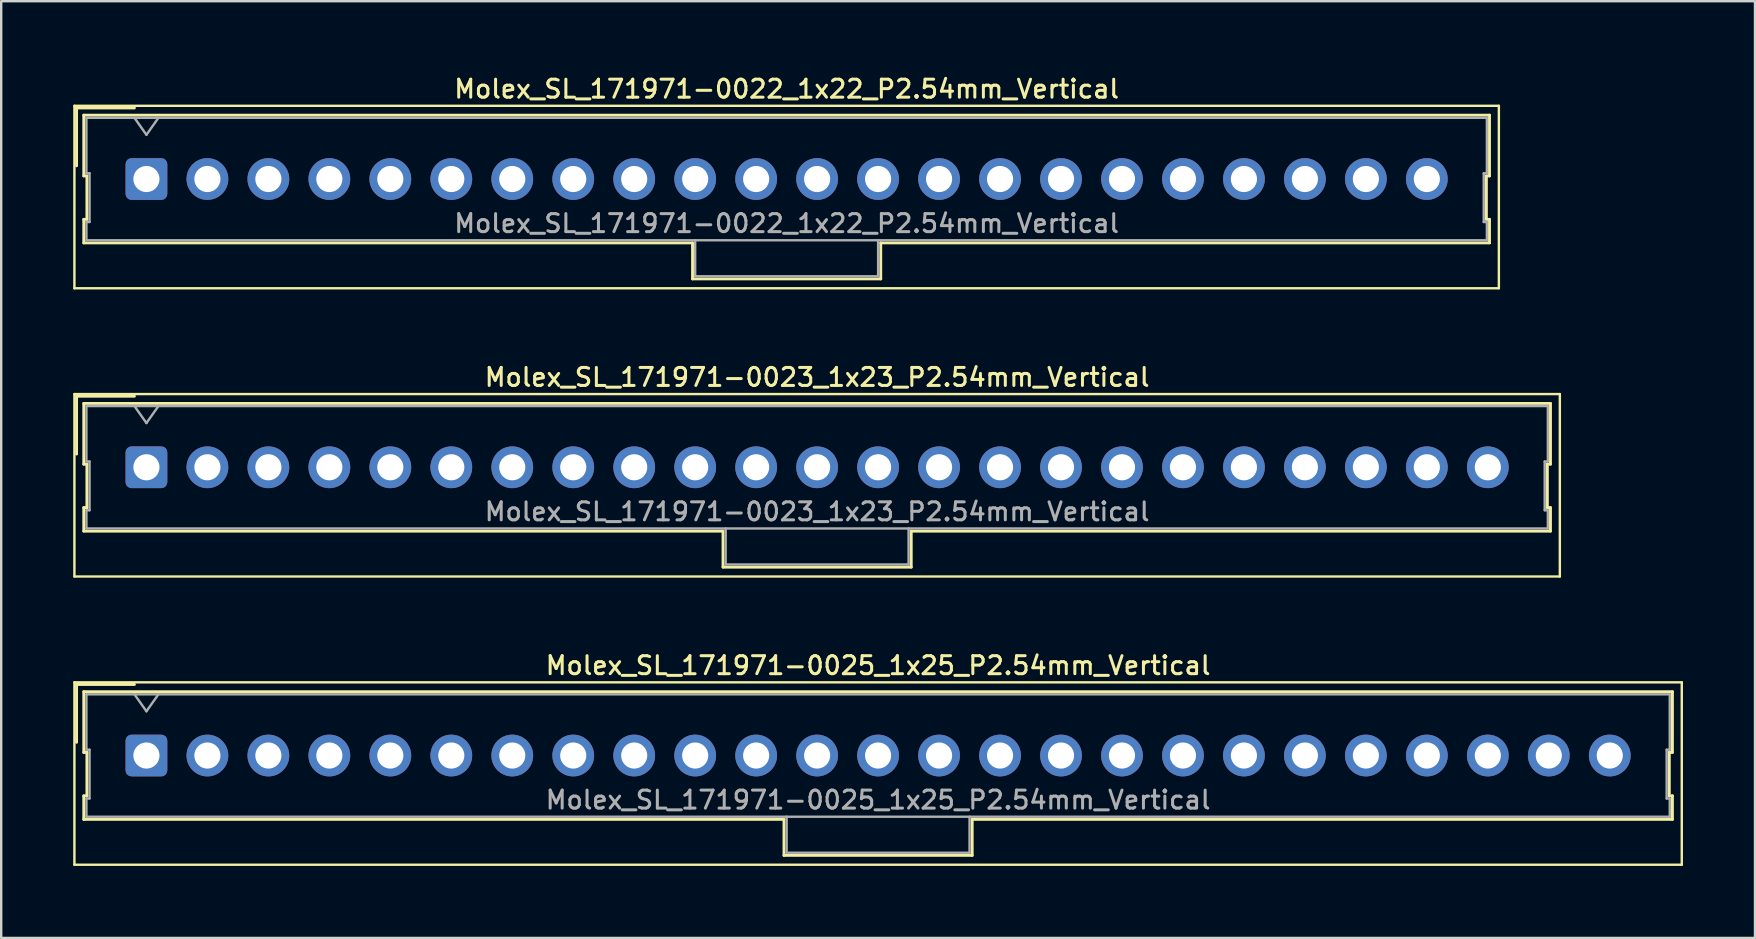
<source format=kicad_pcb>
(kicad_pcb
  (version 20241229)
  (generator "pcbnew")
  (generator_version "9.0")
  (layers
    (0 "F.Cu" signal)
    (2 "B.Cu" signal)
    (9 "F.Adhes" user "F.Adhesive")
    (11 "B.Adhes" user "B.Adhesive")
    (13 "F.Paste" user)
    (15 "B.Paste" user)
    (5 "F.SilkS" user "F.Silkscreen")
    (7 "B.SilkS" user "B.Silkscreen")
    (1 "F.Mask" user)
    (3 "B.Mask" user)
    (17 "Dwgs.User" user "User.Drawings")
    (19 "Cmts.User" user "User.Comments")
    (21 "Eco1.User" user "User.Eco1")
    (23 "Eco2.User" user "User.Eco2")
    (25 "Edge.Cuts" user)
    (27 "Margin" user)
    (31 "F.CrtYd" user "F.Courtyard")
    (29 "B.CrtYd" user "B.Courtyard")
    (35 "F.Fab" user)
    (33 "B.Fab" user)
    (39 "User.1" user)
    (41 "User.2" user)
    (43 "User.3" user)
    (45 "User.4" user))
  (footprint "Molex_SL_171971-0023_1x23_P2.54mm_Vertical"
    (layer "F.Cu")
    (at 3.05 16.416)
    (property "Reference" "Molex_SL_171971-0023_1x23_P2.54mm_Vertical" (at 27.94 -3.75 0) (layer "F.SilkS") (effects (font (size 0.75 0.75) (thickness 0.125))))
    (attr through_hole)
    (fp_line (start -3 -3.05) (end -3 4.55) (stroke (width 0.1) (type solid)) (layer "F.SilkS"))
    (fp_line (start -3 4.55) (end 58.88 4.55) (stroke (width 0.1) (type solid)) (layer "F.SilkS"))
    (fp_line (start -2.91 -2.96) (end -0.5 -2.96) (stroke (width 0.12) (type solid)) (layer "F.SilkS"))
    (fp_line (start -2.91 -0.55) (end -2.91 -2.96) (stroke (width 0.12) (type solid)) (layer "F.SilkS"))
    (fp_line (start -2.61 -2.66) (end -2.61 -0.13) (stroke (width 0.12) (type solid)) (layer "F.SilkS"))
    (fp_line (start -2.61 -0.13) (end -2.48 -0.13) (stroke (width 0.12) (type solid)) (layer "F.SilkS"))
    (fp_line (start -2.61 1.68) (end -2.61 2.66) (stroke (width 0.12) (type solid)) (layer "F.SilkS"))
    (fp_line (start -2.61 2.66) (end 24.02 2.66) (stroke (width 0.12) (type solid)) (layer "F.SilkS"))
    (fp_line (start -2.48 -0.13) (end -2.48 1.68) (stroke (width 0.12) (type solid)) (layer "F.SilkS"))
    (fp_line (start -2.48 1.68) (end -2.61 1.68) (stroke (width 0.12) (type solid)) (layer "F.SilkS"))
    (fp_line (start 24.02 2.66) (end 24.02 4.16) (stroke (width 0.12) (type solid)) (layer "F.SilkS"))
    (fp_line (start 24.02 4.16) (end 31.86 4.16) (stroke (width 0.12) (type solid)) (layer "F.SilkS"))
    (fp_line (start 31.86 2.66) (end 58.49 2.66) (stroke (width 0.12) (type solid)) (layer "F.SilkS"))
    (fp_line (start 31.86 4.16) (end 31.86 2.66) (stroke (width 0.12) (type solid)) (layer "F.SilkS"))
    (fp_line (start 58.36 -0.13) (end 58.49 -0.13) (stroke (width 0.12) (type solid)) (layer "F.SilkS"))
    (fp_line (start 58.36 1.68) (end 58.36 -0.13) (stroke (width 0.12) (type solid)) (layer "F.SilkS"))
    (fp_line (start 58.49 -2.66) (end -2.61 -2.66) (stroke (width 0.12) (type solid)) (layer "F.SilkS"))
    (fp_line (start 58.49 -0.13) (end 58.49 -2.66) (stroke (width 0.12) (type solid)) (layer "F.SilkS"))
    (fp_line (start 58.49 1.68) (end 58.36 1.68) (stroke (width 0.12) (type solid)) (layer "F.SilkS"))
    (fp_line (start 58.49 2.66) (end 58.49 1.68) (stroke (width 0.12) (type solid)) (layer "F.SilkS"))
    (fp_line (start 58.88 -3.05) (end -3 -3.05) (stroke (width 0.1) (type solid)) (layer "F.SilkS"))
    (fp_line (start 58.88 4.55) (end 58.88 -3.05) (stroke (width 0.1) (type solid)) (layer "F.SilkS"))
    (fp_line (start -2.5 -2.55) (end -2.5 -0.24) (stroke (width 0.1) (type solid)) (layer "F.Fab"))
    (fp_line (start -2.5 -0.24) (end -2.37 -0.24) (stroke (width 0.1) (type solid)) (layer "F.Fab"))
    (fp_line (start -2.5 1.79) (end -2.5 2.55) (stroke (width 0.1) (type solid)) (layer "F.Fab"))
    (fp_line (start -2.5 2.55) (end 58.38 2.55) (stroke (width 0.1) (type solid)) (layer "F.Fab"))
    (fp_line (start -2.37 -0.24) (end -2.37 1.79) (stroke (width 0.1) (type solid)) (layer "F.Fab"))
    (fp_line (start -2.37 1.79) (end -2.5 1.79) (stroke (width 0.1) (type solid)) (layer "F.Fab"))
    (fp_line (start 0 -1.843) (end -0.5 -2.55) (stroke (width 0.1) (type solid)) (layer "F.Fab"))
    (fp_line (start 0.5 -2.55) (end 0 -1.843) (stroke (width 0.1) (type solid)) (layer "F.Fab"))
    (fp_line (start 24.13 2.55) (end 24.13 4.05) (stroke (width 0.1) (type solid)) (layer "F.Fab"))
    (fp_line (start 24.13 4.05) (end 31.75 4.05) (stroke (width 0.1) (type solid)) (layer "F.Fab"))
    (fp_line (start 31.75 4.05) (end 31.75 2.55) (stroke (width 0.1) (type solid)) (layer "F.Fab"))
    (fp_line (start 58.25 -0.24) (end 58.38 -0.24) (stroke (width 0.1) (type solid)) (layer "F.Fab"))
    (fp_line (start 58.25 1.79) (end 58.25 -0.24) (stroke (width 0.1) (type solid)) (layer "F.Fab"))
    (fp_line (start 58.38 -2.55) (end -2.5 -2.55) (stroke (width 0.1) (type solid)) (layer "F.Fab"))
    (fp_line (start 58.38 -0.24) (end 58.38 -2.55) (stroke (width 0.1) (type solid)) (layer "F.Fab"))
    (fp_line (start 58.38 1.79) (end 58.25 1.79) (stroke (width 0.1) (type solid)) (layer "F.Fab"))
    (fp_line (start 58.38 2.55) (end 58.38 1.79) (stroke (width 0.1) (type solid)) (layer "F.Fab"))
    (fp_text user "${REFERENCE}" (at 27.94 1.85 0) (layer "F.Fab") (effects (font (size 0.75 0.75) (thickness 0.125))))
    (pad "1" thru_hole roundrect (at 0 0) (size 1.74 1.74) (drill 1.09) (layers "*.Cu" "*.Mask") (roundrect_rratio 0.144))
    (pad "2" thru_hole circle (at 2.54 0) (size 1.74 1.74) (drill 1.09) (layers "*.Cu" "*.Mask"))
    (pad "3" thru_hole circle (at 5.08 0) (size 1.74 1.74) (drill 1.09) (layers "*.Cu" "*.Mask"))
    (pad "4" thru_hole circle (at 7.62 0) (size 1.74 1.74) (drill 1.09) (layers "*.Cu" "*.Mask"))
    (pad "5" thru_hole circle (at 10.16 0) (size 1.74 1.74) (drill 1.09) (layers "*.Cu" "*.Mask"))
    (pad "6" thru_hole circle (at 12.7 0) (size 1.74 1.74) (drill 1.09) (layers "*.Cu" "*.Mask"))
    (pad "7" thru_hole circle (at 15.24 0) (size 1.74 1.74) (drill 1.09) (layers "*.Cu" "*.Mask"))
    (pad "8" thru_hole circle (at 17.78 0) (size 1.74 1.74) (drill 1.09) (layers "*.Cu" "*.Mask"))
    (pad "9" thru_hole circle (at 20.32 0) (size 1.74 1.74) (drill 1.09) (layers "*.Cu" "*.Mask"))
    (pad "10" thru_hole circle (at 22.86 0) (size 1.74 1.74) (drill 1.09) (layers "*.Cu" "*.Mask"))
    (pad "11" thru_hole circle (at 25.4 0) (size 1.74 1.74) (drill 1.09) (layers "*.Cu" "*.Mask"))
    (pad "12" thru_hole circle (at 27.94 0) (size 1.74 1.74) (drill 1.09) (layers "*.Cu" "*.Mask"))
    (pad "13" thru_hole circle (at 30.48 0) (size 1.74 1.74) (drill 1.09) (layers "*.Cu" "*.Mask"))
    (pad "14" thru_hole circle (at 33.02 0) (size 1.74 1.74) (drill 1.09) (layers "*.Cu" "*.Mask"))
    (pad "15" thru_hole circle (at 35.56 0) (size 1.74 1.74) (drill 1.09) (layers "*.Cu" "*.Mask"))
    (pad "16" thru_hole circle (at 38.1 0) (size 1.74 1.74) (drill 1.09) (layers "*.Cu" "*.Mask"))
    (pad "17" thru_hole circle (at 40.64 0) (size 1.74 1.74) (drill 1.09) (layers "*.Cu" "*.Mask"))
    (pad "18" thru_hole circle (at 43.18 0) (size 1.74 1.74) (drill 1.09) (layers "*.Cu" "*.Mask"))
    (pad "19" thru_hole circle (at 45.72 0) (size 1.74 1.74) (drill 1.09) (layers "*.Cu" "*.Mask"))
    (pad "20" thru_hole circle (at 48.26 0) (size 1.74 1.74) (drill 1.09) (layers "*.Cu" "*.Mask"))
    (pad "21" thru_hole circle (at 50.8 0) (size 1.74 1.74) (drill 1.09) (layers "*.Cu" "*.Mask"))
    (pad "22" thru_hole circle (at 53.34 0) (size 1.74 1.74) (drill 1.09) (layers "*.Cu" "*.Mask"))
    (pad "23" thru_hole circle (at 55.88 0) (size 1.74 1.74) (drill 1.09) (layers "*.Cu" "*.Mask")))
  (footprint "Molex_SL_171971-0025_1x25_P2.54mm_Vertical"
    (layer "F.Cu")
    (at 3.05 28.424)
    (property "Reference" "Molex_SL_171971-0025_1x25_P2.54mm_Vertical" (at 30.48 -3.75 0) (layer "F.SilkS") (effects (font (size 0.75 0.75) (thickness 0.125))))
    (attr through_hole)
    (fp_line (start -3 -3.05) (end -3 4.55) (stroke (width 0.1) (type solid)) (layer "F.SilkS"))
    (fp_line (start -3 4.55) (end 63.96 4.55) (stroke (width 0.1) (type solid)) (layer "F.SilkS"))
    (fp_line (start -2.91 -2.96) (end -0.5 -2.96) (stroke (width 0.12) (type solid)) (layer "F.SilkS"))
    (fp_line (start -2.91 -0.55) (end -2.91 -2.96) (stroke (width 0.12) (type solid)) (layer "F.SilkS"))
    (fp_line (start -2.61 -2.66) (end -2.61 -0.13) (stroke (width 0.12) (type solid)) (layer "F.SilkS"))
    (fp_line (start -2.61 -0.13) (end -2.48 -0.13) (stroke (width 0.12) (type solid)) (layer "F.SilkS"))
    (fp_line (start -2.61 1.68) (end -2.61 2.66) (stroke (width 0.12) (type solid)) (layer "F.SilkS"))
    (fp_line (start -2.61 2.66) (end 26.56 2.66) (stroke (width 0.12) (type solid)) (layer "F.SilkS"))
    (fp_line (start -2.48 -0.13) (end -2.48 1.68) (stroke (width 0.12) (type solid)) (layer "F.SilkS"))
    (fp_line (start -2.48 1.68) (end -2.61 1.68) (stroke (width 0.12) (type solid)) (layer "F.SilkS"))
    (fp_line (start 26.56 2.66) (end 26.56 4.16) (stroke (width 0.12) (type solid)) (layer "F.SilkS"))
    (fp_line (start 26.56 4.16) (end 34.4 4.16) (stroke (width 0.12) (type solid)) (layer "F.SilkS"))
    (fp_line (start 34.4 2.66) (end 63.57 2.66) (stroke (width 0.12) (type solid)) (layer "F.SilkS"))
    (fp_line (start 34.4 4.16) (end 34.4 2.66) (stroke (width 0.12) (type solid)) (layer "F.SilkS"))
    (fp_line (start 63.44 -0.13) (end 63.57 -0.13) (stroke (width 0.12) (type solid)) (layer "F.SilkS"))
    (fp_line (start 63.44 1.68) (end 63.44 -0.13) (stroke (width 0.12) (type solid)) (layer "F.SilkS"))
    (fp_line (start 63.57 -2.66) (end -2.61 -2.66) (stroke (width 0.12) (type solid)) (layer "F.SilkS"))
    (fp_line (start 63.57 -0.13) (end 63.57 -2.66) (stroke (width 0.12) (type solid)) (layer "F.SilkS"))
    (fp_line (start 63.57 1.68) (end 63.44 1.68) (stroke (width 0.12) (type solid)) (layer "F.SilkS"))
    (fp_line (start 63.57 2.66) (end 63.57 1.68) (stroke (width 0.12) (type solid)) (layer "F.SilkS"))
    (fp_line (start 63.96 -3.05) (end -3 -3.05) (stroke (width 0.1) (type solid)) (layer "F.SilkS"))
    (fp_line (start 63.96 4.55) (end 63.96 -3.05) (stroke (width 0.1) (type solid)) (layer "F.SilkS"))
    (fp_line (start -2.5 -2.55) (end -2.5 -0.24) (stroke (width 0.1) (type solid)) (layer "F.Fab"))
    (fp_line (start -2.5 -0.24) (end -2.37 -0.24) (stroke (width 0.1) (type solid)) (layer "F.Fab"))
    (fp_line (start -2.5 1.79) (end -2.5 2.55) (stroke (width 0.1) (type solid)) (layer "F.Fab"))
    (fp_line (start -2.5 2.55) (end 63.46 2.55) (stroke (width 0.1) (type solid)) (layer "F.Fab"))
    (fp_line (start -2.37 -0.24) (end -2.37 1.79) (stroke (width 0.1) (type solid)) (layer "F.Fab"))
    (fp_line (start -2.37 1.79) (end -2.5 1.79) (stroke (width 0.1) (type solid)) (layer "F.Fab"))
    (fp_line (start 0 -1.843) (end -0.5 -2.55) (stroke (width 0.1) (type solid)) (layer "F.Fab"))
    (fp_line (start 0.5 -2.55) (end 0 -1.843) (stroke (width 0.1) (type solid)) (layer "F.Fab"))
    (fp_line (start 26.67 2.55) (end 26.67 4.05) (stroke (width 0.1) (type solid)) (layer "F.Fab"))
    (fp_line (start 26.67 4.05) (end 34.29 4.05) (stroke (width 0.1) (type solid)) (layer "F.Fab"))
    (fp_line (start 34.29 4.05) (end 34.29 2.55) (stroke (width 0.1) (type solid)) (layer "F.Fab"))
    (fp_line (start 63.33 -0.24) (end 63.46 -0.24) (stroke (width 0.1) (type solid)) (layer "F.Fab"))
    (fp_line (start 63.33 1.79) (end 63.33 -0.24) (stroke (width 0.1) (type solid)) (layer "F.Fab"))
    (fp_line (start 63.46 -2.55) (end -2.5 -2.55) (stroke (width 0.1) (type solid)) (layer "F.Fab"))
    (fp_line (start 63.46 -0.24) (end 63.46 -2.55) (stroke (width 0.1) (type solid)) (layer "F.Fab"))
    (fp_line (start 63.46 1.79) (end 63.33 1.79) (stroke (width 0.1) (type solid)) (layer "F.Fab"))
    (fp_line (start 63.46 2.55) (end 63.46 1.79) (stroke (width 0.1) (type solid)) (layer "F.Fab"))
    (fp_text user "${REFERENCE}" (at 30.48 1.85 0) (layer "F.Fab") (effects (font (size 0.75 0.75) (thickness 0.125))))
    (pad "1" thru_hole roundrect (at 0 0) (size 1.74 1.74) (drill 1.09) (layers "*.Cu" "*.Mask") (roundrect_rratio 0.144))
    (pad "2" thru_hole circle (at 2.54 0) (size 1.74 1.74) (drill 1.09) (layers "*.Cu" "*.Mask"))
    (pad "3" thru_hole circle (at 5.08 0) (size 1.74 1.74) (drill 1.09) (layers "*.Cu" "*.Mask"))
    (pad "4" thru_hole circle (at 7.62 0) (size 1.74 1.74) (drill 1.09) (layers "*.Cu" "*.Mask"))
    (pad "5" thru_hole circle (at 10.16 0) (size 1.74 1.74) (drill 1.09) (layers "*.Cu" "*.Mask"))
    (pad "6" thru_hole circle (at 12.7 0) (size 1.74 1.74) (drill 1.09) (layers "*.Cu" "*.Mask"))
    (pad "7" thru_hole circle (at 15.24 0) (size 1.74 1.74) (drill 1.09) (layers "*.Cu" "*.Mask"))
    (pad "8" thru_hole circle (at 17.78 0) (size 1.74 1.74) (drill 1.09) (layers "*.Cu" "*.Mask"))
    (pad "9" thru_hole circle (at 20.32 0) (size 1.74 1.74) (drill 1.09) (layers "*.Cu" "*.Mask"))
    (pad "10" thru_hole circle (at 22.86 0) (size 1.74 1.74) (drill 1.09) (layers "*.Cu" "*.Mask"))
    (pad "11" thru_hole circle (at 25.4 0) (size 1.74 1.74) (drill 1.09) (layers "*.Cu" "*.Mask"))
    (pad "12" thru_hole circle (at 27.94 0) (size 1.74 1.74) (drill 1.09) (layers "*.Cu" "*.Mask"))
    (pad "13" thru_hole circle (at 30.48 0) (size 1.74 1.74) (drill 1.09) (layers "*.Cu" "*.Mask"))
    (pad "14" thru_hole circle (at 33.02 0) (size 1.74 1.74) (drill 1.09) (layers "*.Cu" "*.Mask"))
    (pad "15" thru_hole circle (at 35.56 0) (size 1.74 1.74) (drill 1.09) (layers "*.Cu" "*.Mask"))
    (pad "16" thru_hole circle (at 38.1 0) (size 1.74 1.74) (drill 1.09) (layers "*.Cu" "*.Mask"))
    (pad "17" thru_hole circle (at 40.64 0) (size 1.74 1.74) (drill 1.09) (layers "*.Cu" "*.Mask"))
    (pad "18" thru_hole circle (at 43.18 0) (size 1.74 1.74) (drill 1.09) (layers "*.Cu" "*.Mask"))
    (pad "19" thru_hole circle (at 45.72 0) (size 1.74 1.74) (drill 1.09) (layers "*.Cu" "*.Mask"))
    (pad "20" thru_hole circle (at 48.26 0) (size 1.74 1.74) (drill 1.09) (layers "*.Cu" "*.Mask"))
    (pad "21" thru_hole circle (at 50.8 0) (size 1.74 1.74) (drill 1.09) (layers "*.Cu" "*.Mask"))
    (pad "22" thru_hole circle (at 53.34 0) (size 1.74 1.74) (drill 1.09) (layers "*.Cu" "*.Mask"))
    (pad "23" thru_hole circle (at 55.88 0) (size 1.74 1.74) (drill 1.09) (layers "*.Cu" "*.Mask"))
    (pad "24" thru_hole circle (at 58.42 0) (size 1.74 1.74) (drill 1.09) (layers "*.Cu" "*.Mask"))
    (pad "25" thru_hole circle (at 60.96 0) (size 1.74 1.74) (drill 1.09) (layers "*.Cu" "*.Mask")))
  (footprint "Molex_SL_171971-0022_1x22_P2.54mm_Vertical"
    (layer "F.Cu")
    (at 3.05 4.408)
    (property "Reference" "Molex_SL_171971-0022_1x22_P2.54mm_Vertical" (at 26.67 -3.75 0) (layer "F.SilkS") (effects (font (size 0.75 0.75) (thickness 0.125))))
    (attr through_hole)
    (fp_line (start -3 -3.05) (end -3 4.55) (stroke (width 0.1) (type solid)) (layer "F.SilkS"))
    (fp_line (start -3 4.55) (end 56.34 4.55) (stroke (width 0.1) (type solid)) (layer "F.SilkS"))
    (fp_line (start -2.91 -2.96) (end -0.5 -2.96) (stroke (width 0.12) (type solid)) (layer "F.SilkS"))
    (fp_line (start -2.91 -0.55) (end -2.91 -2.96) (stroke (width 0.12) (type solid)) (layer "F.SilkS"))
    (fp_line (start -2.61 -2.66) (end -2.61 -0.13) (stroke (width 0.12) (type solid)) (layer "F.SilkS"))
    (fp_line (start -2.61 -0.13) (end -2.48 -0.13) (stroke (width 0.12) (type solid)) (layer "F.SilkS"))
    (fp_line (start -2.61 1.68) (end -2.61 2.66) (stroke (width 0.12) (type solid)) (layer "F.SilkS"))
    (fp_line (start -2.61 2.66) (end 22.75 2.66) (stroke (width 0.12) (type solid)) (layer "F.SilkS"))
    (fp_line (start -2.48 -0.13) (end -2.48 1.68) (stroke (width 0.12) (type solid)) (layer "F.SilkS"))
    (fp_line (start -2.48 1.68) (end -2.61 1.68) (stroke (width 0.12) (type solid)) (layer "F.SilkS"))
    (fp_line (start 22.75 2.66) (end 22.75 4.16) (stroke (width 0.12) (type solid)) (layer "F.SilkS"))
    (fp_line (start 22.75 4.16) (end 30.59 4.16) (stroke (width 0.12) (type solid)) (layer "F.SilkS"))
    (fp_line (start 30.59 2.66) (end 55.95 2.66) (stroke (width 0.12) (type solid)) (layer "F.SilkS"))
    (fp_line (start 30.59 4.16) (end 30.59 2.66) (stroke (width 0.12) (type solid)) (layer "F.SilkS"))
    (fp_line (start 55.82 -0.13) (end 55.95 -0.13) (stroke (width 0.12) (type solid)) (layer "F.SilkS"))
    (fp_line (start 55.82 1.68) (end 55.82 -0.13) (stroke (width 0.12) (type solid)) (layer "F.SilkS"))
    (fp_line (start 55.95 -2.66) (end -2.61 -2.66) (stroke (width 0.12) (type solid)) (layer "F.SilkS"))
    (fp_line (start 55.95 -0.13) (end 55.95 -2.66) (stroke (width 0.12) (type solid)) (layer "F.SilkS"))
    (fp_line (start 55.95 1.68) (end 55.82 1.68) (stroke (width 0.12) (type solid)) (layer "F.SilkS"))
    (fp_line (start 55.95 2.66) (end 55.95 1.68) (stroke (width 0.12) (type solid)) (layer "F.SilkS"))
    (fp_line (start 56.34 -3.05) (end -3 -3.05) (stroke (width 0.1) (type solid)) (layer "F.SilkS"))
    (fp_line (start 56.34 4.55) (end 56.34 -3.05) (stroke (width 0.1) (type solid)) (layer "F.SilkS"))
    (fp_line (start -2.5 -2.55) (end -2.5 -0.24) (stroke (width 0.1) (type solid)) (layer "F.Fab"))
    (fp_line (start -2.5 -0.24) (end -2.37 -0.24) (stroke (width 0.1) (type solid)) (layer "F.Fab"))
    (fp_line (start -2.5 1.79) (end -2.5 2.55) (stroke (width 0.1) (type solid)) (layer "F.Fab"))
    (fp_line (start -2.5 2.55) (end 55.84 2.55) (stroke (width 0.1) (type solid)) (layer "F.Fab"))
    (fp_line (start -2.37 -0.24) (end -2.37 1.79) (stroke (width 0.1) (type solid)) (layer "F.Fab"))
    (fp_line (start -2.37 1.79) (end -2.5 1.79) (stroke (width 0.1) (type solid)) (layer "F.Fab"))
    (fp_line (start 0 -1.843) (end -0.5 -2.55) (stroke (width 0.1) (type solid)) (layer "F.Fab"))
    (fp_line (start 0.5 -2.55) (end 0 -1.843) (stroke (width 0.1) (type solid)) (layer "F.Fab"))
    (fp_line (start 22.86 2.55) (end 22.86 4.05) (stroke (width 0.1) (type solid)) (layer "F.Fab"))
    (fp_line (start 22.86 4.05) (end 30.48 4.05) (stroke (width 0.1) (type solid)) (layer "F.Fab"))
    (fp_line (start 30.48 4.05) (end 30.48 2.55) (stroke (width 0.1) (type solid)) (layer "F.Fab"))
    (fp_line (start 55.71 -0.24) (end 55.84 -0.24) (stroke (width 0.1) (type solid)) (layer "F.Fab"))
    (fp_line (start 55.71 1.79) (end 55.71 -0.24) (stroke (width 0.1) (type solid)) (layer "F.Fab"))
    (fp_line (start 55.84 -2.55) (end -2.5 -2.55) (stroke (width 0.1) (type solid)) (layer "F.Fab"))
    (fp_line (start 55.84 -0.24) (end 55.84 -2.55) (stroke (width 0.1) (type solid)) (layer "F.Fab"))
    (fp_line (start 55.84 1.79) (end 55.71 1.79) (stroke (width 0.1) (type solid)) (layer "F.Fab"))
    (fp_line (start 55.84 2.55) (end 55.84 1.79) (stroke (width 0.1) (type solid)) (layer "F.Fab"))
    (fp_text user "${REFERENCE}" (at 26.67 1.85 0) (layer "F.Fab") (effects (font (size 0.75 0.75) (thickness 0.125))))
    (pad "1" thru_hole roundrect (at 0 0) (size 1.74 1.74) (drill 1.09) (layers "*.Cu" "*.Mask") (roundrect_rratio 0.144))
    (pad "2" thru_hole circle (at 2.54 0) (size 1.74 1.74) (drill 1.09) (layers "*.Cu" "*.Mask"))
    (pad "3" thru_hole circle (at 5.08 0) (size 1.74 1.74) (drill 1.09) (layers "*.Cu" "*.Mask"))
    (pad "4" thru_hole circle (at 7.62 0) (size 1.74 1.74) (drill 1.09) (layers "*.Cu" "*.Mask"))
    (pad "5" thru_hole circle (at 10.16 0) (size 1.74 1.74) (drill 1.09) (layers "*.Cu" "*.Mask"))
    (pad "6" thru_hole circle (at 12.7 0) (size 1.74 1.74) (drill 1.09) (layers "*.Cu" "*.Mask"))
    (pad "7" thru_hole circle (at 15.24 0) (size 1.74 1.74) (drill 1.09) (layers "*.Cu" "*.Mask"))
    (pad "8" thru_hole circle (at 17.78 0) (size 1.74 1.74) (drill 1.09) (layers "*.Cu" "*.Mask"))
    (pad "9" thru_hole circle (at 20.32 0) (size 1.74 1.74) (drill 1.09) (layers "*.Cu" "*.Mask"))
    (pad "10" thru_hole circle (at 22.86 0) (size 1.74 1.74) (drill 1.09) (layers "*.Cu" "*.Mask"))
    (pad "11" thru_hole circle (at 25.4 0) (size 1.74 1.74) (drill 1.09) (layers "*.Cu" "*.Mask"))
    (pad "12" thru_hole circle (at 27.94 0) (size 1.74 1.74) (drill 1.09) (layers "*.Cu" "*.Mask"))
    (pad "13" thru_hole circle (at 30.48 0) (size 1.74 1.74) (drill 1.09) (layers "*.Cu" "*.Mask"))
    (pad "14" thru_hole circle (at 33.02 0) (size 1.74 1.74) (drill 1.09) (layers "*.Cu" "*.Mask"))
    (pad "15" thru_hole circle (at 35.56 0) (size 1.74 1.74) (drill 1.09) (layers "*.Cu" "*.Mask"))
    (pad "16" thru_hole circle (at 38.1 0) (size 1.74 1.74) (drill 1.09) (layers "*.Cu" "*.Mask"))
    (pad "17" thru_hole circle (at 40.64 0) (size 1.74 1.74) (drill 1.09) (layers "*.Cu" "*.Mask"))
    (pad "18" thru_hole circle (at 43.18 0) (size 1.74 1.74) (drill 1.09) (layers "*.Cu" "*.Mask"))
    (pad "19" thru_hole circle (at 45.72 0) (size 1.74 1.74) (drill 1.09) (layers "*.Cu" "*.Mask"))
    (pad "20" thru_hole circle (at 48.26 0) (size 1.74 1.74) (drill 1.09) (layers "*.Cu" "*.Mask"))
    (pad "21" thru_hole circle (at 50.8 0) (size 1.74 1.74) (drill 1.09) (layers "*.Cu" "*.Mask"))
    (pad "22" thru_hole circle (at 53.34 0) (size 1.74 1.74) (drill 1.09) (layers "*.Cu" "*.Mask")))
  (gr_rect
    (start -3 -3)
    (end 70.06 36.024)
    (stroke (width 0.1) (type default))
    (fill no)
    (layer "Edge.Cuts")))
</source>
